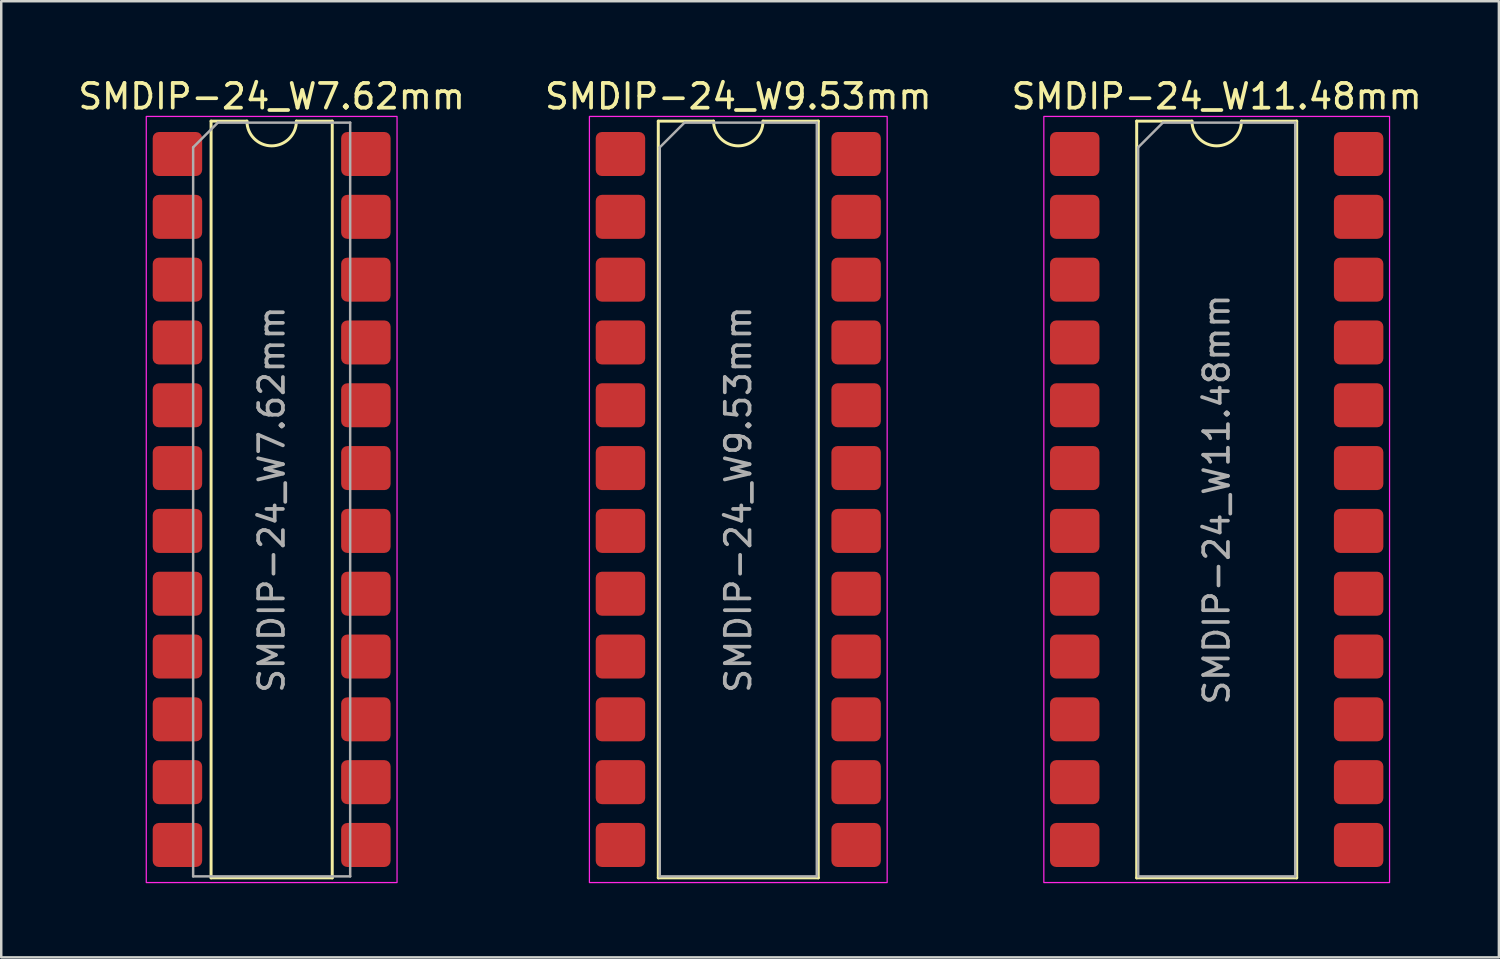
<source format=kicad_pcb>
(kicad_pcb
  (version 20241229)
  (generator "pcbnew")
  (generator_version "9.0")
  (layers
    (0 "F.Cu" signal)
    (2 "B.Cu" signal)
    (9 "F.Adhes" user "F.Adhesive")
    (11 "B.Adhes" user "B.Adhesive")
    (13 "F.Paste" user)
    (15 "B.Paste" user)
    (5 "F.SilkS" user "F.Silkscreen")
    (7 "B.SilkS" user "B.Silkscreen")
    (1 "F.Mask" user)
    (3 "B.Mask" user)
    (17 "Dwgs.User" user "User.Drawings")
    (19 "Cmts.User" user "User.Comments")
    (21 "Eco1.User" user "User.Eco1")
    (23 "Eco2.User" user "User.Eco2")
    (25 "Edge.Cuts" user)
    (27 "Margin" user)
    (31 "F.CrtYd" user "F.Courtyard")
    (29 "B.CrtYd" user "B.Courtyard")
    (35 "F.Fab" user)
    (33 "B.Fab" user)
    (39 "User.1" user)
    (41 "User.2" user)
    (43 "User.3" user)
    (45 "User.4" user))
  (footprint "SMDIP-24_W7.62mm"
    (layer "F.Cu")
    (at 7.935 17.148)
    (property "Reference" "SMDIP-24_W7.62mm" (at 0 -16.3 0) (layer "F.SilkS") (effects (font (size 1 1) (thickness 0.15))))
    (attr smd)
    (fp_line (start -2.45 -15.3) (end -2.45 15.3) (stroke (width 0.12) (type solid)) (layer "F.SilkS"))
    (fp_line (start -2.45 15.3) (end 2.45 15.3) (stroke (width 0.12) (type solid)) (layer "F.SilkS"))
    (fp_line (start -1 -15.3) (end -2.45 -15.3) (stroke (width 0.12) (type solid)) (layer "F.SilkS"))
    (fp_line (start 2.45 -15.3) (end 1 -15.3) (stroke (width 0.12) (type solid)) (layer "F.SilkS"))
    (fp_line (start 2.45 15.3) (end 2.45 -15.3) (stroke (width 0.12) (type solid)) (layer "F.SilkS"))
    (fp_arc (start 1 -15.3) (mid 0 -14.3) (end -1 -15.3) (stroke (width 0.12) (type solid)) (layer "F.SilkS"))
    (fp_rect (start -5.07 -15.49) (end 5.07 15.49) (stroke (width 0.05) (type solid)) (fill no) (layer "F.CrtYd"))
    (fp_line (start -3.175 -14.24) (end -2.175 -15.24) (stroke (width 0.1) (type solid)) (layer "F.Fab"))
    (fp_line (start -3.175 15.24) (end -3.175 -14.24) (stroke (width 0.1) (type solid)) (layer "F.Fab"))
    (fp_line (start -2.175 -15.24) (end 3.175 -15.24) (stroke (width 0.1) (type solid)) (layer "F.Fab"))
    (fp_line (start 3.175 -15.24) (end 3.175 15.24) (stroke (width 0.1) (type solid)) (layer "F.Fab"))
    (fp_line (start 3.175 15.24) (end -3.175 15.24) (stroke (width 0.1) (type solid)) (layer "F.Fab"))
    (fp_text user "${REFERENCE}" (at 0 0 90) (layer "F.Fab") (effects (font (size 1 1) (thickness 0.15))))
    (pad "1" smd roundrect (at -3.81 -13.97) (size 2 1.78) (layers "F.Cu" "F.Mask" "F.Paste") (roundrect_rratio 0.14))
    (pad "2" smd roundrect (at -3.81 -11.43) (size 2 1.78) (layers "F.Cu" "F.Mask" "F.Paste") (roundrect_rratio 0.14))
    (pad "3" smd roundrect (at -3.81 -8.89) (size 2 1.78) (layers "F.Cu" "F.Mask" "F.Paste") (roundrect_rratio 0.14))
    (pad "4" smd roundrect (at -3.81 -6.35) (size 2 1.78) (layers "F.Cu" "F.Mask" "F.Paste") (roundrect_rratio 0.14))
    (pad "5" smd roundrect (at -3.81 -3.81) (size 2 1.78) (layers "F.Cu" "F.Mask" "F.Paste") (roundrect_rratio 0.14))
    (pad "6" smd roundrect (at -3.81 -1.27) (size 2 1.78) (layers "F.Cu" "F.Mask" "F.Paste") (roundrect_rratio 0.14))
    (pad "7" smd roundrect (at -3.81 1.27) (size 2 1.78) (layers "F.Cu" "F.Mask" "F.Paste") (roundrect_rratio 0.14))
    (pad "8" smd roundrect (at -3.81 3.81) (size 2 1.78) (layers "F.Cu" "F.Mask" "F.Paste") (roundrect_rratio 0.14))
    (pad "9" smd roundrect (at -3.81 6.35) (size 2 1.78) (layers "F.Cu" "F.Mask" "F.Paste") (roundrect_rratio 0.14))
    (pad "10" smd roundrect (at -3.81 8.89) (size 2 1.78) (layers "F.Cu" "F.Mask" "F.Paste") (roundrect_rratio 0.14))
    (pad "11" smd roundrect (at -3.81 11.43) (size 2 1.78) (layers "F.Cu" "F.Mask" "F.Paste") (roundrect_rratio 0.14))
    (pad "12" smd roundrect (at -3.81 13.97) (size 2 1.78) (layers "F.Cu" "F.Mask" "F.Paste") (roundrect_rratio 0.14))
    (pad "13" smd roundrect (at 3.81 13.97) (size 2 1.78) (layers "F.Cu" "F.Mask" "F.Paste") (roundrect_rratio 0.14))
    (pad "14" smd roundrect (at 3.81 11.43) (size 2 1.78) (layers "F.Cu" "F.Mask" "F.Paste") (roundrect_rratio 0.14))
    (pad "15" smd roundrect (at 3.81 8.89) (size 2 1.78) (layers "F.Cu" "F.Mask" "F.Paste") (roundrect_rratio 0.14))
    (pad "16" smd roundrect (at 3.81 6.35) (size 2 1.78) (layers "F.Cu" "F.Mask" "F.Paste") (roundrect_rratio 0.14))
    (pad "17" smd roundrect (at 3.81 3.81) (size 2 1.78) (layers "F.Cu" "F.Mask" "F.Paste") (roundrect_rratio 0.14))
    (pad "18" smd roundrect (at 3.81 1.27) (size 2 1.78) (layers "F.Cu" "F.Mask" "F.Paste") (roundrect_rratio 0.14))
    (pad "19" smd roundrect (at 3.81 -1.27) (size 2 1.78) (layers "F.Cu" "F.Mask" "F.Paste") (roundrect_rratio 0.14))
    (pad "20" smd roundrect (at 3.81 -3.81) (size 2 1.78) (layers "F.Cu" "F.Mask" "F.Paste") (roundrect_rratio 0.14))
    (pad "21" smd roundrect (at 3.81 -6.35) (size 2 1.78) (layers "F.Cu" "F.Mask" "F.Paste") (roundrect_rratio 0.14))
    (pad "22" smd roundrect (at 3.81 -8.89) (size 2 1.78) (layers "F.Cu" "F.Mask" "F.Paste") (roundrect_rratio 0.14))
    (pad "23" smd roundrect (at 3.81 -11.43) (size 2 1.78) (layers "F.Cu" "F.Mask" "F.Paste") (roundrect_rratio 0.14))
    (pad "24" smd roundrect (at 3.81 -13.97) (size 2 1.78) (layers "F.Cu" "F.Mask" "F.Paste") (roundrect_rratio 0.14)))
  (footprint "SMDIP-24_W9.53mm"
    (layer "F.Cu")
    (at 26.804 17.148)
    (property "Reference" "SMDIP-24_W9.53mm" (at 0 -16.3 0) (layer "F.SilkS") (effects (font (size 1 1) (thickness 0.15))))
    (attr smd)
    (fp_line (start -3.235 -15.3) (end -3.235 15.3) (stroke (width 0.12) (type solid)) (layer "F.SilkS"))
    (fp_line (start -3.235 15.3) (end 3.235 15.3) (stroke (width 0.12) (type solid)) (layer "F.SilkS"))
    (fp_line (start -1 -15.3) (end -3.235 -15.3) (stroke (width 0.12) (type solid)) (layer "F.SilkS"))
    (fp_line (start 3.235 -15.3) (end 1 -15.3) (stroke (width 0.12) (type solid)) (layer "F.SilkS"))
    (fp_line (start 3.235 15.3) (end 3.235 -15.3) (stroke (width 0.12) (type solid)) (layer "F.SilkS"))
    (fp_arc (start 1 -15.3) (mid 0 -14.3) (end -1 -15.3) (stroke (width 0.12) (type solid)) (layer "F.SilkS"))
    (fp_rect (start -6.02 -15.49) (end 6.02 15.49) (stroke (width 0.05) (type solid)) (fill no) (layer "F.CrtYd"))
    (fp_line (start -3.175 -14.24) (end -2.175 -15.24) (stroke (width 0.1) (type solid)) (layer "F.Fab"))
    (fp_line (start -3.175 15.24) (end -3.175 -14.24) (stroke (width 0.1) (type solid)) (layer "F.Fab"))
    (fp_line (start -2.175 -15.24) (end 3.175 -15.24) (stroke (width 0.1) (type solid)) (layer "F.Fab"))
    (fp_line (start 3.175 -15.24) (end 3.175 15.24) (stroke (width 0.1) (type solid)) (layer "F.Fab"))
    (fp_line (start 3.175 15.24) (end -3.175 15.24) (stroke (width 0.1) (type solid)) (layer "F.Fab"))
    (fp_text user "${REFERENCE}" (at 0 0 90) (layer "F.Fab") (effects (font (size 1 1) (thickness 0.15))))
    (pad "1" smd roundrect (at -4.765 -13.97) (size 2 1.78) (layers "F.Cu" "F.Mask" "F.Paste") (roundrect_rratio 0.14))
    (pad "2" smd roundrect (at -4.765 -11.43) (size 2 1.78) (layers "F.Cu" "F.Mask" "F.Paste") (roundrect_rratio 0.14))
    (pad "3" smd roundrect (at -4.765 -8.89) (size 2 1.78) (layers "F.Cu" "F.Mask" "F.Paste") (roundrect_rratio 0.14))
    (pad "4" smd roundrect (at -4.765 -6.35) (size 2 1.78) (layers "F.Cu" "F.Mask" "F.Paste") (roundrect_rratio 0.14))
    (pad "5" smd roundrect (at -4.765 -3.81) (size 2 1.78) (layers "F.Cu" "F.Mask" "F.Paste") (roundrect_rratio 0.14))
    (pad "6" smd roundrect (at -4.765 -1.27) (size 2 1.78) (layers "F.Cu" "F.Mask" "F.Paste") (roundrect_rratio 0.14))
    (pad "7" smd roundrect (at -4.765 1.27) (size 2 1.78) (layers "F.Cu" "F.Mask" "F.Paste") (roundrect_rratio 0.14))
    (pad "8" smd roundrect (at -4.765 3.81) (size 2 1.78) (layers "F.Cu" "F.Mask" "F.Paste") (roundrect_rratio 0.14))
    (pad "9" smd roundrect (at -4.765 6.35) (size 2 1.78) (layers "F.Cu" "F.Mask" "F.Paste") (roundrect_rratio 0.14))
    (pad "10" smd roundrect (at -4.765 8.89) (size 2 1.78) (layers "F.Cu" "F.Mask" "F.Paste") (roundrect_rratio 0.14))
    (pad "11" smd roundrect (at -4.765 11.43) (size 2 1.78) (layers "F.Cu" "F.Mask" "F.Paste") (roundrect_rratio 0.14))
    (pad "12" smd roundrect (at -4.765 13.97) (size 2 1.78) (layers "F.Cu" "F.Mask" "F.Paste") (roundrect_rratio 0.14))
    (pad "13" smd roundrect (at 4.765 13.97) (size 2 1.78) (layers "F.Cu" "F.Mask" "F.Paste") (roundrect_rratio 0.14))
    (pad "14" smd roundrect (at 4.765 11.43) (size 2 1.78) (layers "F.Cu" "F.Mask" "F.Paste") (roundrect_rratio 0.14))
    (pad "15" smd roundrect (at 4.765 8.89) (size 2 1.78) (layers "F.Cu" "F.Mask" "F.Paste") (roundrect_rratio 0.14))
    (pad "16" smd roundrect (at 4.765 6.35) (size 2 1.78) (layers "F.Cu" "F.Mask" "F.Paste") (roundrect_rratio 0.14))
    (pad "17" smd roundrect (at 4.765 3.81) (size 2 1.78) (layers "F.Cu" "F.Mask" "F.Paste") (roundrect_rratio 0.14))
    (pad "18" smd roundrect (at 4.765 1.27) (size 2 1.78) (layers "F.Cu" "F.Mask" "F.Paste") (roundrect_rratio 0.14))
    (pad "19" smd roundrect (at 4.765 -1.27) (size 2 1.78) (layers "F.Cu" "F.Mask" "F.Paste") (roundrect_rratio 0.14))
    (pad "20" smd roundrect (at 4.765 -3.81) (size 2 1.78) (layers "F.Cu" "F.Mask" "F.Paste") (roundrect_rratio 0.14))
    (pad "21" smd roundrect (at 4.765 -6.35) (size 2 1.78) (layers "F.Cu" "F.Mask" "F.Paste") (roundrect_rratio 0.14))
    (pad "22" smd roundrect (at 4.765 -8.89) (size 2 1.78) (layers "F.Cu" "F.Mask" "F.Paste") (roundrect_rratio 0.14))
    (pad "23" smd roundrect (at 4.765 -11.43) (size 2 1.78) (layers "F.Cu" "F.Mask" "F.Paste") (roundrect_rratio 0.14))
    (pad "24" smd roundrect (at 4.765 -13.97) (size 2 1.78) (layers "F.Cu" "F.Mask" "F.Paste") (roundrect_rratio 0.14)))
  (footprint "SMDIP-24_W11.48mm"
    (layer "F.Cu")
    (at 46.149 17.148)
    (property "Reference" "SMDIP-24_W11.48mm" (at 0 -16.3 0) (layer "F.SilkS") (effects (font (size 1 1) (thickness 0.15))))
    (attr smd)
    (fp_line (start -3.235 -15.3) (end -3.235 15.3) (stroke (width 0.12) (type solid)) (layer "F.SilkS"))
    (fp_line (start -3.235 15.3) (end 3.235 15.3) (stroke (width 0.12) (type solid)) (layer "F.SilkS"))
    (fp_line (start -1 -15.3) (end -3.235 -15.3) (stroke (width 0.12) (type solid)) (layer "F.SilkS"))
    (fp_line (start 3.235 -15.3) (end 1 -15.3) (stroke (width 0.12) (type solid)) (layer "F.SilkS"))
    (fp_line (start 3.235 15.3) (end 3.235 -15.3) (stroke (width 0.12) (type solid)) (layer "F.SilkS"))
    (fp_arc (start 1 -15.3) (mid 0 -14.3) (end -1 -15.3) (stroke (width 0.12) (type solid)) (layer "F.SilkS"))
    (fp_rect (start -6.99 -15.49) (end 6.99 15.49) (stroke (width 0.05) (type solid)) (fill no) (layer "F.CrtYd"))
    (fp_line (start -3.175 -14.24) (end -2.175 -15.24) (stroke (width 0.1) (type solid)) (layer "F.Fab"))
    (fp_line (start -3.175 15.24) (end -3.175 -14.24) (stroke (width 0.1) (type solid)) (layer "F.Fab"))
    (fp_line (start -2.175 -15.24) (end 3.175 -15.24) (stroke (width 0.1) (type solid)) (layer "F.Fab"))
    (fp_line (start 3.175 -15.24) (end 3.175 15.24) (stroke (width 0.1) (type solid)) (layer "F.Fab"))
    (fp_line (start 3.175 15.24) (end -3.175 15.24) (stroke (width 0.1) (type solid)) (layer "F.Fab"))
    (fp_text user "${REFERENCE}" (at 0 0 90) (layer "F.Fab") (effects (font (size 1 1) (thickness 0.15))))
    (pad "1" smd roundrect (at -5.74 -13.97) (size 2 1.78) (layers "F.Cu" "F.Mask" "F.Paste") (roundrect_rratio 0.14))
    (pad "2" smd roundrect (at -5.74 -11.43) (size 2 1.78) (layers "F.Cu" "F.Mask" "F.Paste") (roundrect_rratio 0.14))
    (pad "3" smd roundrect (at -5.74 -8.89) (size 2 1.78) (layers "F.Cu" "F.Mask" "F.Paste") (roundrect_rratio 0.14))
    (pad "4" smd roundrect (at -5.74 -6.35) (size 2 1.78) (layers "F.Cu" "F.Mask" "F.Paste") (roundrect_rratio 0.14))
    (pad "5" smd roundrect (at -5.74 -3.81) (size 2 1.78) (layers "F.Cu" "F.Mask" "F.Paste") (roundrect_rratio 0.14))
    (pad "6" smd roundrect (at -5.74 -1.27) (size 2 1.78) (layers "F.Cu" "F.Mask" "F.Paste") (roundrect_rratio 0.14))
    (pad "7" smd roundrect (at -5.74 1.27) (size 2 1.78) (layers "F.Cu" "F.Mask" "F.Paste") (roundrect_rratio 0.14))
    (pad "8" smd roundrect (at -5.74 3.81) (size 2 1.78) (layers "F.Cu" "F.Mask" "F.Paste") (roundrect_rratio 0.14))
    (pad "9" smd roundrect (at -5.74 6.35) (size 2 1.78) (layers "F.Cu" "F.Mask" "F.Paste") (roundrect_rratio 0.14))
    (pad "10" smd roundrect (at -5.74 8.89) (size 2 1.78) (layers "F.Cu" "F.Mask" "F.Paste") (roundrect_rratio 0.14))
    (pad "11" smd roundrect (at -5.74 11.43) (size 2 1.78) (layers "F.Cu" "F.Mask" "F.Paste") (roundrect_rratio 0.14))
    (pad "12" smd roundrect (at -5.74 13.97) (size 2 1.78) (layers "F.Cu" "F.Mask" "F.Paste") (roundrect_rratio 0.14))
    (pad "13" smd roundrect (at 5.74 13.97) (size 2 1.78) (layers "F.Cu" "F.Mask" "F.Paste") (roundrect_rratio 0.14))
    (pad "14" smd roundrect (at 5.74 11.43) (size 2 1.78) (layers "F.Cu" "F.Mask" "F.Paste") (roundrect_rratio 0.14))
    (pad "15" smd roundrect (at 5.74 8.89) (size 2 1.78) (layers "F.Cu" "F.Mask" "F.Paste") (roundrect_rratio 0.14))
    (pad "16" smd roundrect (at 5.74 6.35) (size 2 1.78) (layers "F.Cu" "F.Mask" "F.Paste") (roundrect_rratio 0.14))
    (pad "17" smd roundrect (at 5.74 3.81) (size 2 1.78) (layers "F.Cu" "F.Mask" "F.Paste") (roundrect_rratio 0.14))
    (pad "18" smd roundrect (at 5.74 1.27) (size 2 1.78) (layers "F.Cu" "F.Mask" "F.Paste") (roundrect_rratio 0.14))
    (pad "19" smd roundrect (at 5.74 -1.27) (size 2 1.78) (layers "F.Cu" "F.Mask" "F.Paste") (roundrect_rratio 0.14))
    (pad "20" smd roundrect (at 5.74 -3.81) (size 2 1.78) (layers "F.Cu" "F.Mask" "F.Paste") (roundrect_rratio 0.14))
    (pad "21" smd roundrect (at 5.74 -6.35) (size 2 1.78) (layers "F.Cu" "F.Mask" "F.Paste") (roundrect_rratio 0.14))
    (pad "22" smd roundrect (at 5.74 -8.89) (size 2 1.78) (layers "F.Cu" "F.Mask" "F.Paste") (roundrect_rratio 0.14))
    (pad "23" smd roundrect (at 5.74 -11.43) (size 2 1.78) (layers "F.Cu" "F.Mask" "F.Paste") (roundrect_rratio 0.14))
    (pad "24" smd roundrect (at 5.74 -13.97) (size 2 1.78) (layers "F.Cu" "F.Mask" "F.Paste") (roundrect_rratio 0.14)))
  (gr_rect
    (start -3 -3)
    (end 57.56 35.663)
    (stroke (width 0.1) (type default))
    (fill no)
    (layer "Edge.Cuts")))
</source>
